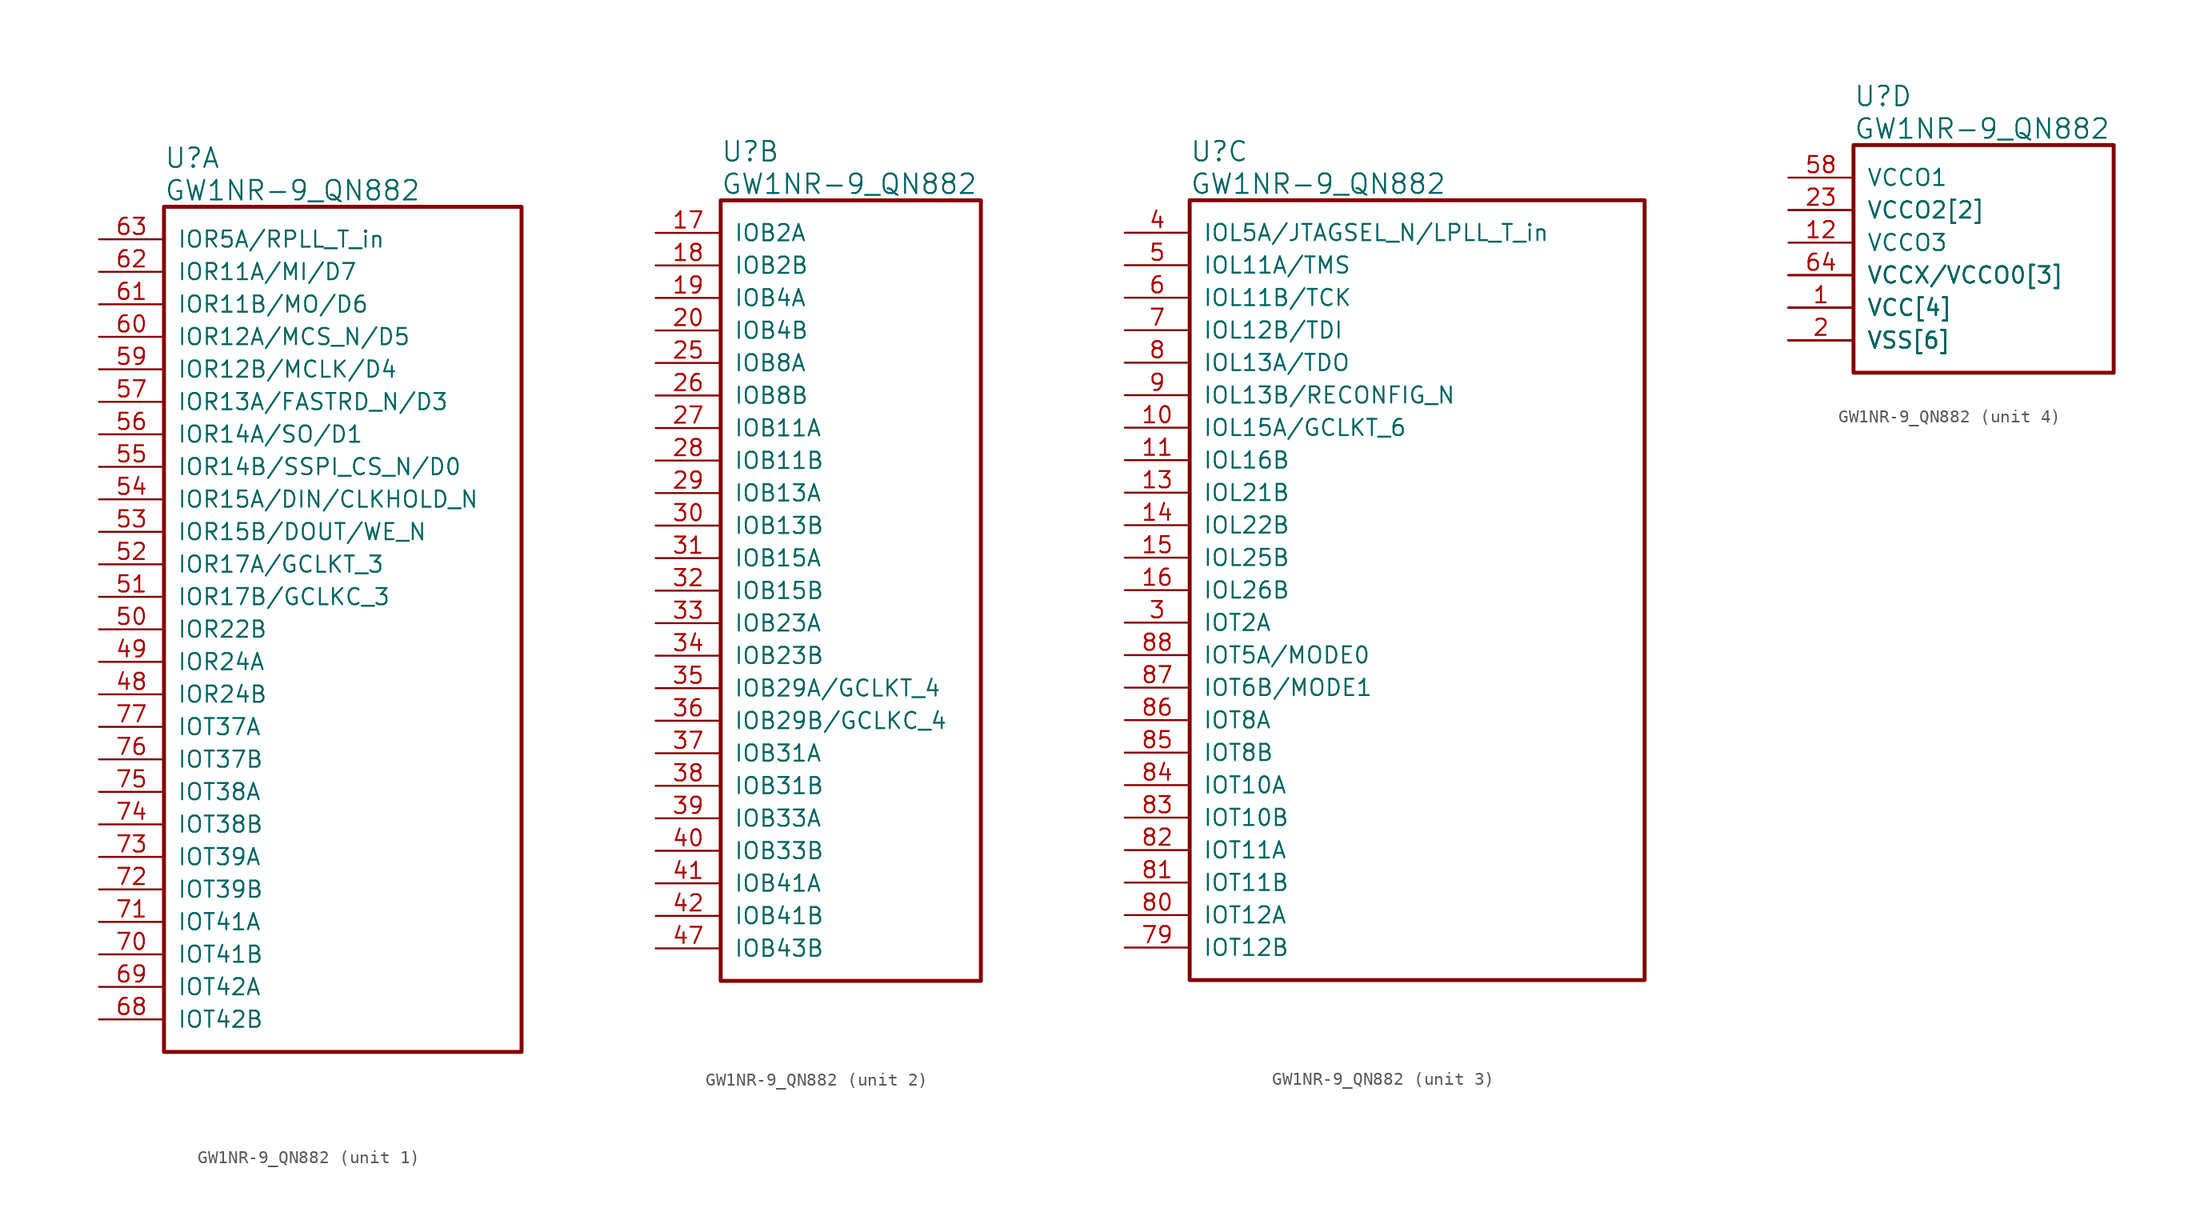
<source format=kicad_sym>
(kicad_symbol_lib
  (version 20211014)
  (generator kicad_symbol_editor)
  (symbol "GW1NR-9_QN882"
    (pin_names
      (offset 1.016))
    (property "Reference" "U"
      (at 5.08 6.35 0)
      (effects (font (size 1.524 1.524)) (justify left)))
    (property "Value" "GW1NR-9_QN882"
      (at 5.08 3.81 0)
      (effects (font (size 1.524 1.524)) (justify left)))
    (property "ki_locked" ""
      (at 0 0 0)
      (effects (font (size 1.27 1.27))))
    (symbol "GW1NR-9_QN882_0_0"
      (pin power_in line (at 0 -12.7 0) (length 5.08) hide (name "VSS[6]" (effects (font (size 1.27 1.27)))) (number "89" (effects (font (size 1.27 1.27))))))
    (symbol "GW1NR-9_QN882_1_1"
      (rectangle (start 5.08 2.54) (end 33.02 -63.5) (stroke (width 0.305) (type default) (color 0 0 0 0)) (fill (type none)))
      (pin bidirectional line (at 0 -35.56 0) (length 5.08) (name "IOR24B" (effects (font (size 1.27 1.27)))) (number "48" (effects (font (size 1.27 1.27)))))
      (pin bidirectional line (at 0 -33.02 0) (length 5.08) (name "IOR24A" (effects (font (size 1.27 1.27)))) (number "49" (effects (font (size 1.27 1.27)))))
      (pin bidirectional line (at 0 -30.48 0) (length 5.08) (name "IOR22B" (effects (font (size 1.27 1.27)))) (number "50" (effects (font (size 1.27 1.27)))))
      (pin bidirectional line (at 0 -27.94 0) (length 5.08) (name "IOR17B/GCLKC_3" (effects (font (size 1.27 1.27)))) (number "51" (effects (font (size 1.27 1.27)))))
      (pin bidirectional line (at 0 -25.4 0) (length 5.08) (name "IOR17A/GCLKT_3" (effects (font (size 1.27 1.27)))) (number "52" (effects (font (size 1.27 1.27)))))
      (pin bidirectional line (at 0 -22.86 0) (length 5.08) (name "IOR15B/DOUT/WE_N" (effects (font (size 1.27 1.27)))) (number "53" (effects (font (size 1.27 1.27)))))
      (pin bidirectional line (at 0 -20.32 0) (length 5.08) (name "IOR15A/DIN/CLKHOLD_N" (effects (font (size 1.27 1.27)))) (number "54" (effects (font (size 1.27 1.27)))))
      (pin bidirectional line (at 0 -17.78 0) (length 5.08) (name "IOR14B/SSPI_CS_N/D0" (effects (font (size 1.27 1.27)))) (number "55" (effects (font (size 1.27 1.27)))))
      (pin bidirectional line (at 0 -15.24 0) (length 5.08) (name "IOR14A/SO/D1" (effects (font (size 1.27 1.27)))) (number "56" (effects (font (size 1.27 1.27)))))
      (pin bidirectional line (at 0 -12.7 0) (length 5.08) (name "IOR13A/FASTRD_N/D3" (effects (font (size 1.27 1.27)))) (number "57" (effects (font (size 1.27 1.27)))))
      (pin bidirectional line (at 0 -10.16 0) (length 5.08) (name "IOR12B/MCLK/D4" (effects (font (size 1.27 1.27)))) (number "59" (effects (font (size 1.27 1.27)))))
      (pin bidirectional line (at 0 -7.62 0) (length 5.08) (name "IOR12A/MCS_N/D5" (effects (font (size 1.27 1.27)))) (number "60" (effects (font (size 1.27 1.27)))))
      (pin bidirectional line (at 0 -5.08 0) (length 5.08) (name "IOR11B/MO/D6" (effects (font (size 1.27 1.27)))) (number "61" (effects (font (size 1.27 1.27)))))
      (pin bidirectional line (at 0 -2.54 0) (length 5.08) (name "IOR11A/MI/D7" (effects (font (size 1.27 1.27)))) (number "62" (effects (font (size 1.27 1.27)))))
      (pin bidirectional line (at 0 0 0) (length 5.08) (name "IOR5A/RPLL_T_in" (effects (font (size 1.27 1.27)))) (number "63" (effects (font (size 1.27 1.27)))))
      (pin bidirectional line (at 0 -60.96 0) (length 5.08) (name "IOT42B" (effects (font (size 1.27 1.27)))) (number "68" (effects (font (size 1.27 1.27)))))
      (pin bidirectional line (at 0 -58.42 0) (length 5.08) (name "IOT42A" (effects (font (size 1.27 1.27)))) (number "69" (effects (font (size 1.27 1.27)))))
      (pin bidirectional line (at 0 -55.88 0) (length 5.08) (name "IOT41B" (effects (font (size 1.27 1.27)))) (number "70" (effects (font (size 1.27 1.27)))))
      (pin bidirectional line (at 0 -53.34 0) (length 5.08) (name "IOT41A" (effects (font (size 1.27 1.27)))) (number "71" (effects (font (size 1.27 1.27)))))
      (pin bidirectional line (at 0 -50.8 0) (length 5.08) (name "IOT39B" (effects (font (size 1.27 1.27)))) (number "72" (effects (font (size 1.27 1.27)))))
      (pin bidirectional line (at 0 -48.26 0) (length 5.08) (name "IOT39A" (effects (font (size 1.27 1.27)))) (number "73" (effects (font (size 1.27 1.27)))))
      (pin bidirectional line (at 0 -45.72 0) (length 5.08) (name "IOT38B" (effects (font (size 1.27 1.27)))) (number "74" (effects (font (size 1.27 1.27)))))
      (pin bidirectional line (at 0 -43.18 0) (length 5.08) (name "IOT38A" (effects (font (size 1.27 1.27)))) (number "75" (effects (font (size 1.27 1.27)))))
      (pin bidirectional line (at 0 -40.64 0) (length 5.08) (name "IOT37B" (effects (font (size 1.27 1.27)))) (number "76" (effects (font (size 1.27 1.27)))))
      (pin bidirectional line (at 0 -38.1 0) (length 5.08) (name "IOT37A" (effects (font (size 1.27 1.27)))) (number "77" (effects (font (size 1.27 1.27))))))
    (symbol "GW1NR-9_QN882_2_1"
      (rectangle (start 5.08 2.54) (end 25.4 -58.42) (stroke (width 0.305) (type default) (color 0 0 0 0)) (fill (type none)))
      (pin bidirectional line (at 0 0 0) (length 5.08) (name "IOB2A" (effects (font (size 1.27 1.27)))) (number "17" (effects (font (size 1.27 1.27)))))
      (pin bidirectional line (at 0 -2.54 0) (length 5.08) (name "IOB2B" (effects (font (size 1.27 1.27)))) (number "18" (effects (font (size 1.27 1.27)))))
      (pin bidirectional line (at 0 -5.08 0) (length 5.08) (name "IOB4A" (effects (font (size 1.27 1.27)))) (number "19" (effects (font (size 1.27 1.27)))))
      (pin bidirectional line (at 0 -7.62 0) (length 5.08) (name "IOB4B" (effects (font (size 1.27 1.27)))) (number "20" (effects (font (size 1.27 1.27)))))
      (pin bidirectional line (at 0 -10.16 0) (length 5.08) (name "IOB8A" (effects (font (size 1.27 1.27)))) (number "25" (effects (font (size 1.27 1.27)))))
      (pin bidirectional line (at 0 -12.7 0) (length 5.08) (name "IOB8B" (effects (font (size 1.27 1.27)))) (number "26" (effects (font (size 1.27 1.27)))))
      (pin bidirectional line (at 0 -15.24 0) (length 5.08) (name "IOB11A" (effects (font (size 1.27 1.27)))) (number "27" (effects (font (size 1.27 1.27)))))
      (pin bidirectional line (at 0 -17.78 0) (length 5.08) (name "IOB11B" (effects (font (size 1.27 1.27)))) (number "28" (effects (font (size 1.27 1.27)))))
      (pin bidirectional line (at 0 -20.32 0) (length 5.08) (name "IOB13A" (effects (font (size 1.27 1.27)))) (number "29" (effects (font (size 1.27 1.27)))))
      (pin bidirectional line (at 0 -22.86 0) (length 5.08) (name "IOB13B" (effects (font (size 1.27 1.27)))) (number "30" (effects (font (size 1.27 1.27)))))
      (pin bidirectional line (at 0 -25.4 0) (length 5.08) (name "IOB15A" (effects (font (size 1.27 1.27)))) (number "31" (effects (font (size 1.27 1.27)))))
      (pin bidirectional line (at 0 -27.94 0) (length 5.08) (name "IOB15B" (effects (font (size 1.27 1.27)))) (number "32" (effects (font (size 1.27 1.27)))))
      (pin bidirectional line (at 0 -30.48 0) (length 5.08) (name "IOB23A" (effects (font (size 1.27 1.27)))) (number "33" (effects (font (size 1.27 1.27)))))
      (pin bidirectional line (at 0 -33.02 0) (length 5.08) (name "IOB23B" (effects (font (size 1.27 1.27)))) (number "34" (effects (font (size 1.27 1.27)))))
      (pin bidirectional line (at 0 -35.56 0) (length 5.08) (name "IOB29A/GCLKT_4" (effects (font (size 1.27 1.27)))) (number "35" (effects (font (size 1.27 1.27)))))
      (pin bidirectional line (at 0 -38.1 0) (length 5.08) (name "IOB29B/GCLKC_4" (effects (font (size 1.27 1.27)))) (number "36" (effects (font (size 1.27 1.27)))))
      (pin bidirectional line (at 0 -40.64 0) (length 5.08) (name "IOB31A" (effects (font (size 1.27 1.27)))) (number "37" (effects (font (size 1.27 1.27)))))
      (pin bidirectional line (at 0 -43.18 0) (length 5.08) (name "IOB31B" (effects (font (size 1.27 1.27)))) (number "38" (effects (font (size 1.27 1.27)))))
      (pin bidirectional line (at 0 -45.72 0) (length 5.08) (name "IOB33A" (effects (font (size 1.27 1.27)))) (number "39" (effects (font (size 1.27 1.27)))))
      (pin bidirectional line (at 0 -48.26 0) (length 5.08) (name "IOB33B" (effects (font (size 1.27 1.27)))) (number "40" (effects (font (size 1.27 1.27)))))
      (pin bidirectional line (at 0 -50.8 0) (length 5.08) (name "IOB41A" (effects (font (size 1.27 1.27)))) (number "41" (effects (font (size 1.27 1.27)))))
      (pin bidirectional line (at 0 -53.34 0) (length 5.08) (name "IOB41B" (effects (font (size 1.27 1.27)))) (number "42" (effects (font (size 1.27 1.27)))))
      (pin bidirectional line (at 0 -55.88 0) (length 5.08) (name "IOB43B" (effects (font (size 1.27 1.27)))) (number "47" (effects (font (size 1.27 1.27))))))
    (symbol "GW1NR-9_QN882_3_1"
      (rectangle (start 5.08 2.54) (end 40.64 -58.42) (stroke (width 0.305) (type default) (color 0 0 0 0)) (fill (type none)))
      (pin bidirectional line (at 0 -15.24 0) (length 5.08) (name "IOL15A/GCLKT_6" (effects (font (size 1.27 1.27)))) (number "10" (effects (font (size 1.27 1.27)))))
      (pin bidirectional line (at 0 -17.78 0) (length 5.08) (name "IOL16B" (effects (font (size 1.27 1.27)))) (number "11" (effects (font (size 1.27 1.27)))))
      (pin bidirectional line (at 0 -20.32 0) (length 5.08) (name "IOL21B" (effects (font (size 1.27 1.27)))) (number "13" (effects (font (size 1.27 1.27)))))
      (pin bidirectional line (at 0 -22.86 0) (length 5.08) (name "IOL22B" (effects (font (size 1.27 1.27)))) (number "14" (effects (font (size 1.27 1.27)))))
      (pin bidirectional line (at 0 -25.4 0) (length 5.08) (name "IOL25B" (effects (font (size 1.27 1.27)))) (number "15" (effects (font (size 1.27 1.27)))))
      (pin bidirectional line (at 0 -27.94 0) (length 5.08) (name "IOL26B" (effects (font (size 1.27 1.27)))) (number "16" (effects (font (size 1.27 1.27)))))
      (pin bidirectional line (at 0 -30.48 0) (length 5.08) (name "IOT2A" (effects (font (size 1.27 1.27)))) (number "3" (effects (font (size 1.27 1.27)))))
      (pin bidirectional line (at 0 0 0) (length 5.08) (name "IOL5A/JTAGSEL_N/LPLL_T_in" (effects (font (size 1.27 1.27)))) (number "4" (effects (font (size 1.27 1.27)))))
      (pin bidirectional line (at 0 -2.54 0) (length 5.08) (name "IOL11A/TMS" (effects (font (size 1.27 1.27)))) (number "5" (effects (font (size 1.27 1.27)))))
      (pin bidirectional line (at 0 -5.08 0) (length 5.08) (name "IOL11B/TCK" (effects (font (size 1.27 1.27)))) (number "6" (effects (font (size 1.27 1.27)))))
      (pin bidirectional line (at 0 -7.62 0) (length 5.08) (name "IOL12B/TDI" (effects (font (size 1.27 1.27)))) (number "7" (effects (font (size 1.27 1.27)))))
      (pin bidirectional line (at 0 -55.88 0) (length 5.08) (name "IOT12B" (effects (font (size 1.27 1.27)))) (number "79" (effects (font (size 1.27 1.27)))))
      (pin bidirectional line (at 0 -10.16 0) (length 5.08) (name "IOL13A/TDO" (effects (font (size 1.27 1.27)))) (number "8" (effects (font (size 1.27 1.27)))))
      (pin bidirectional line (at 0 -53.34 0) (length 5.08) (name "IOT12A" (effects (font (size 1.27 1.27)))) (number "80" (effects (font (size 1.27 1.27)))))
      (pin bidirectional line (at 0 -50.8 0) (length 5.08) (name "IOT11B" (effects (font (size 1.27 1.27)))) (number "81" (effects (font (size 1.27 1.27)))))
      (pin bidirectional line (at 0 -48.26 0) (length 5.08) (name "IOT11A" (effects (font (size 1.27 1.27)))) (number "82" (effects (font (size 1.27 1.27)))))
      (pin bidirectional line (at 0 -45.72 0) (length 5.08) (name "IOT10B" (effects (font (size 1.27 1.27)))) (number "83" (effects (font (size 1.27 1.27)))))
      (pin bidirectional line (at 0 -43.18 0) (length 5.08) (name "IOT10A" (effects (font (size 1.27 1.27)))) (number "84" (effects (font (size 1.27 1.27)))))
      (pin bidirectional line (at 0 -40.64 0) (length 5.08) (name "IOT8B" (effects (font (size 1.27 1.27)))) (number "85" (effects (font (size 1.27 1.27)))))
      (pin bidirectional line (at 0 -38.1 0) (length 5.08) (name "IOT8A" (effects (font (size 1.27 1.27)))) (number "86" (effects (font (size 1.27 1.27)))))
      (pin bidirectional line (at 0 -35.56 0) (length 5.08) (name "IOT6B/MODE1" (effects (font (size 1.27 1.27)))) (number "87" (effects (font (size 1.27 1.27)))))
      (pin bidirectional line (at 0 -33.02 0) (length 5.08) (name "IOT5A/MODE0" (effects (font (size 1.27 1.27)))) (number "88" (effects (font (size 1.27 1.27)))))
      (pin bidirectional line (at 0 -12.7 0) (length 5.08) (name "IOL13B/RECONFIG_N" (effects (font (size 1.27 1.27)))) (number "9" (effects (font (size 1.27 1.27))))))
    (symbol "GW1NR-9_QN882_4_1"
      (rectangle (start 5.08 2.54) (end 25.4 -15.24) (stroke (width 0.305) (type default) (color 0 0 0 0)) (fill (type none)))
      (pin power_in line (at 0 -10.16 0) (length 5.08) (name "VCC[4]" (effects (font (size 1.27 1.27)))) (number "1" (effects (font (size 1.27 1.27)))))
      (pin power_in line (at 0 -5.08 0) (length 5.08) (name "VCCO3" (effects (font (size 1.27 1.27)))) (number "12" (effects (font (size 1.27 1.27)))))
      (pin power_in line (at 0 -12.7 0) (length 5.08) (name "VSS[6]" (effects (font (size 1.27 1.27)))) (number "2" (effects (font (size 1.27 1.27)))))
      (pin power_in line (at 0 -12.7 0) (length 5.08) (name "VSS[6]" (effects (font (size 1.27 1.27)))) (number "21" (effects (font (size 0 0)))))
      (pin power_in line (at 0 -10.16 0) (length 5.08) (name "VCC[4]" (effects (font (size 1.27 1.27)))) (number "22" (effects (font (size 0 0)))))
      (pin power_in line (at 0 -2.54 0) (length 5.08) (name "VCCO2[2]" (effects (font (size 1.27 1.27)))) (number "23" (effects (font (size 1.27 1.27)))))
      (pin power_in line (at 0 -12.7 0) (length 5.08) (name "VSS[6]" (effects (font (size 1.27 1.27)))) (number "24" (effects (font (size 0 0)))))
      (pin power_in line (at 0 -12.7 0) (length 5.08) (name "VSS[6]" (effects (font (size 1.27 1.27)))) (number "43" (effects (font (size 0 0)))))
      (pin power_in line (at 0 -2.54 0) (length 5.08) (name "VCCO2[2]" (effects (font (size 1.27 1.27)))) (number "44" (effects (font (size 0 0)))))
      (pin power_in line (at 0 -10.16 0) (length 5.08) (name "VCC[4]" (effects (font (size 1.27 1.27)))) (number "45" (effects (font (size 0 0)))))
      (pin power_in line (at 0 -12.7 0) (length 5.08) (name "VSS[6]" (effects (font (size 1.27 1.27)))) (number "46" (effects (font (size 0 0)))))
      (pin power_in line (at 0 0 0) (length 5.08) (name "VCCO1" (effects (font (size 1.27 1.27)))) (number "58" (effects (font (size 1.27 1.27)))))
      (pin power_in line (at 0 -7.62 0) (length 5.08) (name "VCCX/VCCO0[3]" (effects (font (size 1.27 1.27)))) (number "64" (effects (font (size 1.27 1.27)))))
      (pin power_in line (at 0 -12.7 0) (length 5.08) (name "VSS[6]" (effects (font (size 1.27 1.27)))) (number "65" (effects (font (size 0 0)))))
      (pin power_in line (at 0 -10.16 0) (length 5.08) (name "VCC[4]" (effects (font (size 1.27 1.27)))) (number "66" (effects (font (size 0 0)))))
      (pin power_in line (at 0 -7.62 0) (length 5.08) (name "VCCX/VCCO0[3]" (effects (font (size 1.27 1.27)))) (number "67" (effects (font (size 0 0)))))
      (pin power_in line (at 0 -7.62 0) (length 5.08) (name "VCCX/VCCO0[3]" (effects (font (size 1.27 1.27)))) (number "78" (effects (font (size 0 0))))))))
</source>
